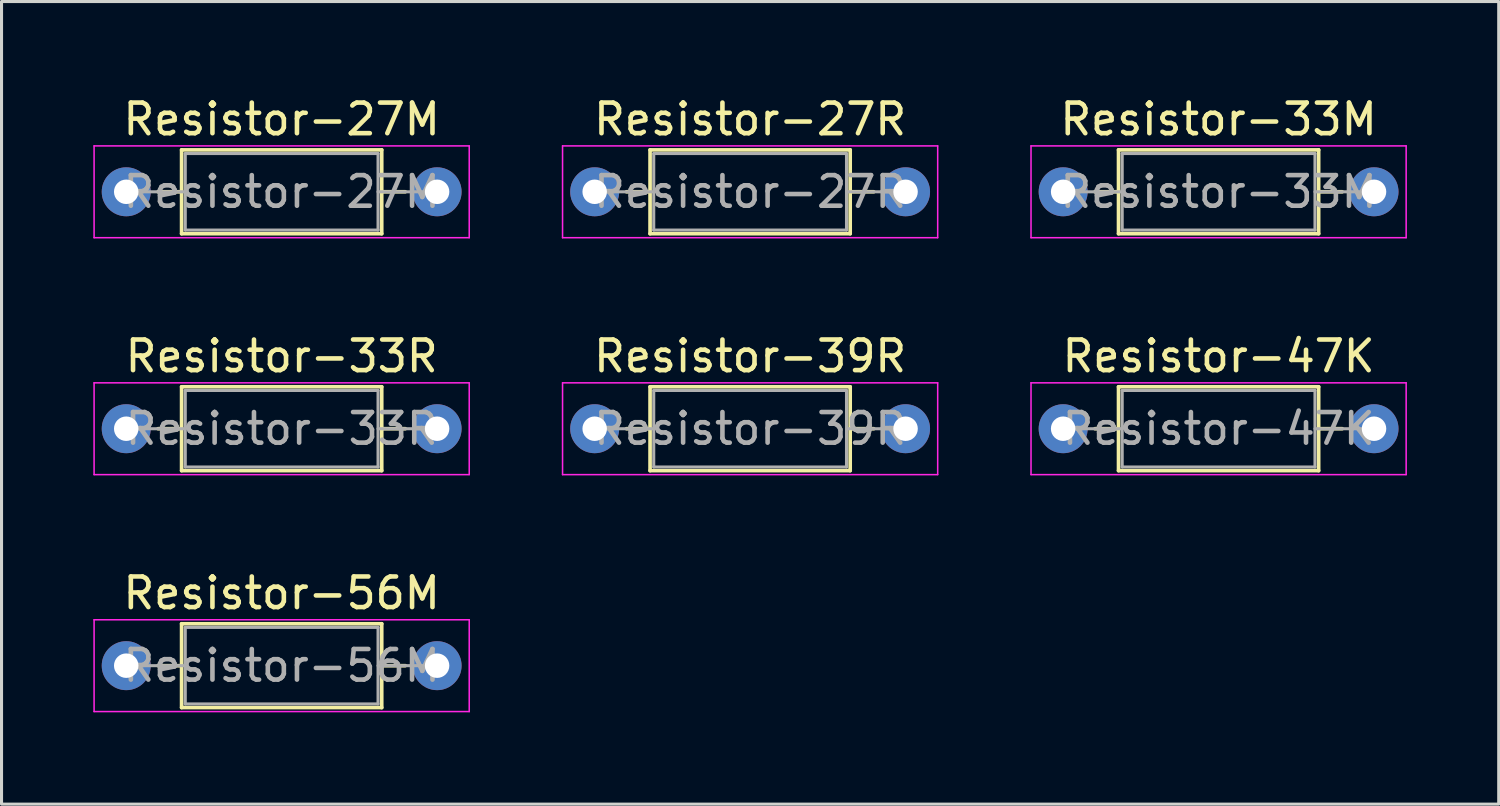
<source format=kicad_pcb>
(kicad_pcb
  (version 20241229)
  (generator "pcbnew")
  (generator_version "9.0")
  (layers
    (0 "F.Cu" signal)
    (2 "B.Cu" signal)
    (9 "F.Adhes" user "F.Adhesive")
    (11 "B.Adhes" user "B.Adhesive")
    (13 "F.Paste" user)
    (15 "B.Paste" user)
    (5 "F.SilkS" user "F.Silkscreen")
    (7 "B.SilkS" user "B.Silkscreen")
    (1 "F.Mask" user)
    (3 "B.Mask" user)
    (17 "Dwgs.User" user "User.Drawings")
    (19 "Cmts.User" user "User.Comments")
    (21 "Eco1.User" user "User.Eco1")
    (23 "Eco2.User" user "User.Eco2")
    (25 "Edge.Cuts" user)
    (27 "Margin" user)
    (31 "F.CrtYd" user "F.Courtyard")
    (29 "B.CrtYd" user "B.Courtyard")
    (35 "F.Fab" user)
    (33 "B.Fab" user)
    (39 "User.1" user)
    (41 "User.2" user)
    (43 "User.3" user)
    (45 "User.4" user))
  (footprint "Resistor-27M"
    (layer "F.Cu")
    (at 6.155 3.218)
    (property "Reference" "Resistor-27M" (at 0 -2.37 0) (layer "F.SilkS") (effects (font (size 1 1) (thickness 0.15))))
    (attr through_hole)
    (fp_line (start -4.04 0) (end -3.27 0) (stroke (width 0.12) (type solid)) (layer "F.SilkS"))
    (fp_line (start -3.27 -1.37) (end -3.27 1.37) (stroke (width 0.12) (type solid)) (layer "F.SilkS"))
    (fp_line (start -3.27 1.37) (end 3.27 1.37) (stroke (width 0.12) (type solid)) (layer "F.SilkS"))
    (fp_line (start 3.27 -1.37) (end -3.27 -1.37) (stroke (width 0.12) (type solid)) (layer "F.SilkS"))
    (fp_line (start 3.27 1.37) (end 3.27 -1.37) (stroke (width 0.12) (type solid)) (layer "F.SilkS"))
    (fp_line (start 4.04 0) (end 3.27 0) (stroke (width 0.12) (type solid)) (layer "F.SilkS"))
    (fp_line (start -6.13 -1.5) (end -6.13 1.5) (stroke (width 0.05) (type solid)) (layer "F.CrtYd"))
    (fp_line (start -6.13 1.5) (end 6.13 1.5) (stroke (width 0.05) (type solid)) (layer "F.CrtYd"))
    (fp_line (start 6.13 -1.5) (end -6.13 -1.5) (stroke (width 0.05) (type solid)) (layer "F.CrtYd"))
    (fp_line (start 6.13 1.5) (end 6.13 -1.5) (stroke (width 0.05) (type solid)) (layer "F.CrtYd"))
    (fp_line (start -5.08 0) (end -3.15 0) (stroke (width 0.1) (type solid)) (layer "F.Fab"))
    (fp_line (start -3.15 -1.25) (end -3.15 1.25) (stroke (width 0.1) (type solid)) (layer "F.Fab"))
    (fp_line (start -3.15 1.25) (end 3.15 1.25) (stroke (width 0.1) (type solid)) (layer "F.Fab"))
    (fp_line (start 3.15 -1.25) (end -3.15 -1.25) (stroke (width 0.1) (type solid)) (layer "F.Fab"))
    (fp_line (start 3.15 1.25) (end 3.15 -1.25) (stroke (width 0.1) (type solid)) (layer "F.Fab"))
    (fp_line (start 5.08 0) (end 3.15 0) (stroke (width 0.1) (type solid)) (layer "F.Fab"))
    (fp_text user "${REFERENCE}" (at 0 0 0) (layer "F.Fab") (effects (font (size 1 1) (thickness 0.15))))
    (pad "1" thru_hole circle (at -5.08 0) (size 1.6 1.6) (drill 0.8) (layers "*.Cu" "*.Mask"))
    (pad "2" thru_hole oval (at 5.08 0) (size 1.6 1.6) (drill 0.8) (layers "*.Cu" "*.Mask")))
  (footprint "Resistor-27R"
    (layer "F.Cu")
    (at 21.465 3.218)
    (property "Reference" "Resistor-27R" (at 0 -2.37 0) (layer "F.SilkS") (effects (font (size 1 1) (thickness 0.15))))
    (attr through_hole)
    (fp_line (start -4.04 0) (end -3.27 0) (stroke (width 0.12) (type solid)) (layer "F.SilkS"))
    (fp_line (start -3.27 -1.37) (end -3.27 1.37) (stroke (width 0.12) (type solid)) (layer "F.SilkS"))
    (fp_line (start -3.27 1.37) (end 3.27 1.37) (stroke (width 0.12) (type solid)) (layer "F.SilkS"))
    (fp_line (start 3.27 -1.37) (end -3.27 -1.37) (stroke (width 0.12) (type solid)) (layer "F.SilkS"))
    (fp_line (start 3.27 1.37) (end 3.27 -1.37) (stroke (width 0.12) (type solid)) (layer "F.SilkS"))
    (fp_line (start 4.04 0) (end 3.27 0) (stroke (width 0.12) (type solid)) (layer "F.SilkS"))
    (fp_line (start -6.13 -1.5) (end -6.13 1.5) (stroke (width 0.05) (type solid)) (layer "F.CrtYd"))
    (fp_line (start -6.13 1.5) (end 6.13 1.5) (stroke (width 0.05) (type solid)) (layer "F.CrtYd"))
    (fp_line (start 6.13 -1.5) (end -6.13 -1.5) (stroke (width 0.05) (type solid)) (layer "F.CrtYd"))
    (fp_line (start 6.13 1.5) (end 6.13 -1.5) (stroke (width 0.05) (type solid)) (layer "F.CrtYd"))
    (fp_line (start -5.08 0) (end -3.15 0) (stroke (width 0.1) (type solid)) (layer "F.Fab"))
    (fp_line (start -3.15 -1.25) (end -3.15 1.25) (stroke (width 0.1) (type solid)) (layer "F.Fab"))
    (fp_line (start -3.15 1.25) (end 3.15 1.25) (stroke (width 0.1) (type solid)) (layer "F.Fab"))
    (fp_line (start 3.15 -1.25) (end -3.15 -1.25) (stroke (width 0.1) (type solid)) (layer "F.Fab"))
    (fp_line (start 3.15 1.25) (end 3.15 -1.25) (stroke (width 0.1) (type solid)) (layer "F.Fab"))
    (fp_line (start 5.08 0) (end 3.15 0) (stroke (width 0.1) (type solid)) (layer "F.Fab"))
    (fp_text user "${REFERENCE}" (at 0 0 0) (layer "F.Fab") (effects (font (size 1 1) (thickness 0.15))))
    (pad "1" thru_hole circle (at -5.08 0) (size 1.6 1.6) (drill 0.8) (layers "*.Cu" "*.Mask"))
    (pad "2" thru_hole oval (at 5.08 0) (size 1.6 1.6) (drill 0.8) (layers "*.Cu" "*.Mask")))
  (footprint "Resistor-39R"
    (layer "F.Cu")
    (at 21.465 10.961)
    (property "Reference" "Resistor-39R" (at 0 -2.37 0) (layer "F.SilkS") (effects (font (size 1 1) (thickness 0.15))))
    (attr through_hole)
    (fp_line (start -4.04 0) (end -3.27 0) (stroke (width 0.12) (type solid)) (layer "F.SilkS"))
    (fp_line (start -3.27 -1.37) (end -3.27 1.37) (stroke (width 0.12) (type solid)) (layer "F.SilkS"))
    (fp_line (start -3.27 1.37) (end 3.27 1.37) (stroke (width 0.12) (type solid)) (layer "F.SilkS"))
    (fp_line (start 3.27 -1.37) (end -3.27 -1.37) (stroke (width 0.12) (type solid)) (layer "F.SilkS"))
    (fp_line (start 3.27 1.37) (end 3.27 -1.37) (stroke (width 0.12) (type solid)) (layer "F.SilkS"))
    (fp_line (start 4.04 0) (end 3.27 0) (stroke (width 0.12) (type solid)) (layer "F.SilkS"))
    (fp_line (start -6.13 -1.5) (end -6.13 1.5) (stroke (width 0.05) (type solid)) (layer "F.CrtYd"))
    (fp_line (start -6.13 1.5) (end 6.13 1.5) (stroke (width 0.05) (type solid)) (layer "F.CrtYd"))
    (fp_line (start 6.13 -1.5) (end -6.13 -1.5) (stroke (width 0.05) (type solid)) (layer "F.CrtYd"))
    (fp_line (start 6.13 1.5) (end 6.13 -1.5) (stroke (width 0.05) (type solid)) (layer "F.CrtYd"))
    (fp_line (start -5.08 0) (end -3.15 0) (stroke (width 0.1) (type solid)) (layer "F.Fab"))
    (fp_line (start -3.15 -1.25) (end -3.15 1.25) (stroke (width 0.1) (type solid)) (layer "F.Fab"))
    (fp_line (start -3.15 1.25) (end 3.15 1.25) (stroke (width 0.1) (type solid)) (layer "F.Fab"))
    (fp_line (start 3.15 -1.25) (end -3.15 -1.25) (stroke (width 0.1) (type solid)) (layer "F.Fab"))
    (fp_line (start 3.15 1.25) (end 3.15 -1.25) (stroke (width 0.1) (type solid)) (layer "F.Fab"))
    (fp_line (start 5.08 0) (end 3.15 0) (stroke (width 0.1) (type solid)) (layer "F.Fab"))
    (fp_text user "${REFERENCE}" (at 0 0 0) (layer "F.Fab") (effects (font (size 1 1) (thickness 0.15))))
    (pad "1" thru_hole circle (at -5.08 0) (size 1.6 1.6) (drill 0.8) (layers "*.Cu" "*.Mask"))
    (pad "2" thru_hole oval (at 5.08 0) (size 1.6 1.6) (drill 0.8) (layers "*.Cu" "*.Mask")))
  (footprint "Resistor-33R"
    (layer "F.Cu")
    (at 6.155 10.961)
    (property "Reference" "Resistor-33R" (at 0 -2.37 0) (layer "F.SilkS") (effects (font (size 1 1) (thickness 0.15))))
    (attr through_hole)
    (fp_line (start -4.04 0) (end -3.27 0) (stroke (width 0.12) (type solid)) (layer "F.SilkS"))
    (fp_line (start -3.27 -1.37) (end -3.27 1.37) (stroke (width 0.12) (type solid)) (layer "F.SilkS"))
    (fp_line (start -3.27 1.37) (end 3.27 1.37) (stroke (width 0.12) (type solid)) (layer "F.SilkS"))
    (fp_line (start 3.27 -1.37) (end -3.27 -1.37) (stroke (width 0.12) (type solid)) (layer "F.SilkS"))
    (fp_line (start 3.27 1.37) (end 3.27 -1.37) (stroke (width 0.12) (type solid)) (layer "F.SilkS"))
    (fp_line (start 4.04 0) (end 3.27 0) (stroke (width 0.12) (type solid)) (layer "F.SilkS"))
    (fp_line (start -6.13 -1.5) (end -6.13 1.5) (stroke (width 0.05) (type solid)) (layer "F.CrtYd"))
    (fp_line (start -6.13 1.5) (end 6.13 1.5) (stroke (width 0.05) (type solid)) (layer "F.CrtYd"))
    (fp_line (start 6.13 -1.5) (end -6.13 -1.5) (stroke (width 0.05) (type solid)) (layer "F.CrtYd"))
    (fp_line (start 6.13 1.5) (end 6.13 -1.5) (stroke (width 0.05) (type solid)) (layer "F.CrtYd"))
    (fp_line (start -5.08 0) (end -3.15 0) (stroke (width 0.1) (type solid)) (layer "F.Fab"))
    (fp_line (start -3.15 -1.25) (end -3.15 1.25) (stroke (width 0.1) (type solid)) (layer "F.Fab"))
    (fp_line (start -3.15 1.25) (end 3.15 1.25) (stroke (width 0.1) (type solid)) (layer "F.Fab"))
    (fp_line (start 3.15 -1.25) (end -3.15 -1.25) (stroke (width 0.1) (type solid)) (layer "F.Fab"))
    (fp_line (start 3.15 1.25) (end 3.15 -1.25) (stroke (width 0.1) (type solid)) (layer "F.Fab"))
    (fp_line (start 5.08 0) (end 3.15 0) (stroke (width 0.1) (type solid)) (layer "F.Fab"))
    (fp_text user "${REFERENCE}" (at 0 0 0) (layer "F.Fab") (effects (font (size 1 1) (thickness 0.15))))
    (pad "1" thru_hole circle (at -5.08 0) (size 1.6 1.6) (drill 0.8) (layers "*.Cu" "*.Mask"))
    (pad "2" thru_hole oval (at 5.08 0) (size 1.6 1.6) (drill 0.8) (layers "*.Cu" "*.Mask")))
  (footprint "Resistor-47K"
    (layer "F.Cu")
    (at 36.775 10.961)
    (property "Reference" "Resistor-47K" (at 0 -2.37 0) (layer "F.SilkS") (effects (font (size 1 1) (thickness 0.15))))
    (attr through_hole)
    (fp_line (start -4.04 0) (end -3.27 0) (stroke (width 0.12) (type solid)) (layer "F.SilkS"))
    (fp_line (start -3.27 -1.37) (end -3.27 1.37) (stroke (width 0.12) (type solid)) (layer "F.SilkS"))
    (fp_line (start -3.27 1.37) (end 3.27 1.37) (stroke (width 0.12) (type solid)) (layer "F.SilkS"))
    (fp_line (start 3.27 -1.37) (end -3.27 -1.37) (stroke (width 0.12) (type solid)) (layer "F.SilkS"))
    (fp_line (start 3.27 1.37) (end 3.27 -1.37) (stroke (width 0.12) (type solid)) (layer "F.SilkS"))
    (fp_line (start 4.04 0) (end 3.27 0) (stroke (width 0.12) (type solid)) (layer "F.SilkS"))
    (fp_line (start -6.13 -1.5) (end -6.13 1.5) (stroke (width 0.05) (type solid)) (layer "F.CrtYd"))
    (fp_line (start -6.13 1.5) (end 6.13 1.5) (stroke (width 0.05) (type solid)) (layer "F.CrtYd"))
    (fp_line (start 6.13 -1.5) (end -6.13 -1.5) (stroke (width 0.05) (type solid)) (layer "F.CrtYd"))
    (fp_line (start 6.13 1.5) (end 6.13 -1.5) (stroke (width 0.05) (type solid)) (layer "F.CrtYd"))
    (fp_line (start -5.08 0) (end -3.15 0) (stroke (width 0.1) (type solid)) (layer "F.Fab"))
    (fp_line (start -3.15 -1.25) (end -3.15 1.25) (stroke (width 0.1) (type solid)) (layer "F.Fab"))
    (fp_line (start -3.15 1.25) (end 3.15 1.25) (stroke (width 0.1) (type solid)) (layer "F.Fab"))
    (fp_line (start 3.15 -1.25) (end -3.15 -1.25) (stroke (width 0.1) (type solid)) (layer "F.Fab"))
    (fp_line (start 3.15 1.25) (end 3.15 -1.25) (stroke (width 0.1) (type solid)) (layer "F.Fab"))
    (fp_line (start 5.08 0) (end 3.15 0) (stroke (width 0.1) (type solid)) (layer "F.Fab"))
    (fp_text user "${REFERENCE}" (at 0 0 0) (layer "F.Fab") (effects (font (size 1 1) (thickness 0.15))))
    (pad "1" thru_hole circle (at -5.08 0) (size 1.6 1.6) (drill 0.8) (layers "*.Cu" "*.Mask"))
    (pad "2" thru_hole oval (at 5.08 0) (size 1.6 1.6) (drill 0.8) (layers "*.Cu" "*.Mask")))
  (footprint "Resistor-56M"
    (layer "F.Cu")
    (at 6.155 18.705)
    (property "Reference" "Resistor-56M" (at 0 -2.37 0) (layer "F.SilkS") (effects (font (size 1 1) (thickness 0.15))))
    (attr through_hole)
    (fp_line (start -4.04 0) (end -3.27 0) (stroke (width 0.12) (type solid)) (layer "F.SilkS"))
    (fp_line (start -3.27 -1.37) (end -3.27 1.37) (stroke (width 0.12) (type solid)) (layer "F.SilkS"))
    (fp_line (start -3.27 1.37) (end 3.27 1.37) (stroke (width 0.12) (type solid)) (layer "F.SilkS"))
    (fp_line (start 3.27 -1.37) (end -3.27 -1.37) (stroke (width 0.12) (type solid)) (layer "F.SilkS"))
    (fp_line (start 3.27 1.37) (end 3.27 -1.37) (stroke (width 0.12) (type solid)) (layer "F.SilkS"))
    (fp_line (start 4.04 0) (end 3.27 0) (stroke (width 0.12) (type solid)) (layer "F.SilkS"))
    (fp_line (start -6.13 -1.5) (end -6.13 1.5) (stroke (width 0.05) (type solid)) (layer "F.CrtYd"))
    (fp_line (start -6.13 1.5) (end 6.13 1.5) (stroke (width 0.05) (type solid)) (layer "F.CrtYd"))
    (fp_line (start 6.13 -1.5) (end -6.13 -1.5) (stroke (width 0.05) (type solid)) (layer "F.CrtYd"))
    (fp_line (start 6.13 1.5) (end 6.13 -1.5) (stroke (width 0.05) (type solid)) (layer "F.CrtYd"))
    (fp_line (start -5.08 0) (end -3.15 0) (stroke (width 0.1) (type solid)) (layer "F.Fab"))
    (fp_line (start -3.15 -1.25) (end -3.15 1.25) (stroke (width 0.1) (type solid)) (layer "F.Fab"))
    (fp_line (start -3.15 1.25) (end 3.15 1.25) (stroke (width 0.1) (type solid)) (layer "F.Fab"))
    (fp_line (start 3.15 -1.25) (end -3.15 -1.25) (stroke (width 0.1) (type solid)) (layer "F.Fab"))
    (fp_line (start 3.15 1.25) (end 3.15 -1.25) (stroke (width 0.1) (type solid)) (layer "F.Fab"))
    (fp_line (start 5.08 0) (end 3.15 0) (stroke (width 0.1) (type solid)) (layer "F.Fab"))
    (fp_text user "${REFERENCE}" (at 0 0 0) (layer "F.Fab") (effects (font (size 1 1) (thickness 0.15))))
    (pad "1" thru_hole circle (at -5.08 0) (size 1.6 1.6) (drill 0.8) (layers "*.Cu" "*.Mask"))
    (pad "2" thru_hole oval (at 5.08 0) (size 1.6 1.6) (drill 0.8) (layers "*.Cu" "*.Mask")))
  (footprint "Resistor-33M"
    (layer "F.Cu")
    (at 36.775 3.218)
    (property "Reference" "Resistor-33M" (at 0 -2.37 0) (layer "F.SilkS") (effects (font (size 1 1) (thickness 0.15))))
    (attr through_hole)
    (fp_line (start -4.04 0) (end -3.27 0) (stroke (width 0.12) (type solid)) (layer "F.SilkS"))
    (fp_line (start -3.27 -1.37) (end -3.27 1.37) (stroke (width 0.12) (type solid)) (layer "F.SilkS"))
    (fp_line (start -3.27 1.37) (end 3.27 1.37) (stroke (width 0.12) (type solid)) (layer "F.SilkS"))
    (fp_line (start 3.27 -1.37) (end -3.27 -1.37) (stroke (width 0.12) (type solid)) (layer "F.SilkS"))
    (fp_line (start 3.27 1.37) (end 3.27 -1.37) (stroke (width 0.12) (type solid)) (layer "F.SilkS"))
    (fp_line (start 4.04 0) (end 3.27 0) (stroke (width 0.12) (type solid)) (layer "F.SilkS"))
    (fp_line (start -6.13 -1.5) (end -6.13 1.5) (stroke (width 0.05) (type solid)) (layer "F.CrtYd"))
    (fp_line (start -6.13 1.5) (end 6.13 1.5) (stroke (width 0.05) (type solid)) (layer "F.CrtYd"))
    (fp_line (start 6.13 -1.5) (end -6.13 -1.5) (stroke (width 0.05) (type solid)) (layer "F.CrtYd"))
    (fp_line (start 6.13 1.5) (end 6.13 -1.5) (stroke (width 0.05) (type solid)) (layer "F.CrtYd"))
    (fp_line (start -5.08 0) (end -3.15 0) (stroke (width 0.1) (type solid)) (layer "F.Fab"))
    (fp_line (start -3.15 -1.25) (end -3.15 1.25) (stroke (width 0.1) (type solid)) (layer "F.Fab"))
    (fp_line (start -3.15 1.25) (end 3.15 1.25) (stroke (width 0.1) (type solid)) (layer "F.Fab"))
    (fp_line (start 3.15 -1.25) (end -3.15 -1.25) (stroke (width 0.1) (type solid)) (layer "F.Fab"))
    (fp_line (start 3.15 1.25) (end 3.15 -1.25) (stroke (width 0.1) (type solid)) (layer "F.Fab"))
    (fp_line (start 5.08 0) (end 3.15 0) (stroke (width 0.1) (type solid)) (layer "F.Fab"))
    (fp_text user "${REFERENCE}" (at 0 0 0) (layer "F.Fab") (effects (font (size 1 1) (thickness 0.15))))
    (pad "1" thru_hole circle (at -5.08 0) (size 1.6 1.6) (drill 0.8) (layers "*.Cu" "*.Mask"))
    (pad "2" thru_hole oval (at 5.08 0) (size 1.6 1.6) (drill 0.8) (layers "*.Cu" "*.Mask")))
  (gr_rect
    (start -3 -3)
    (end 45.93 23.23)
    (stroke (width 0.1) (type default))
    (fill no)
    (layer "Edge.Cuts")))
</source>
